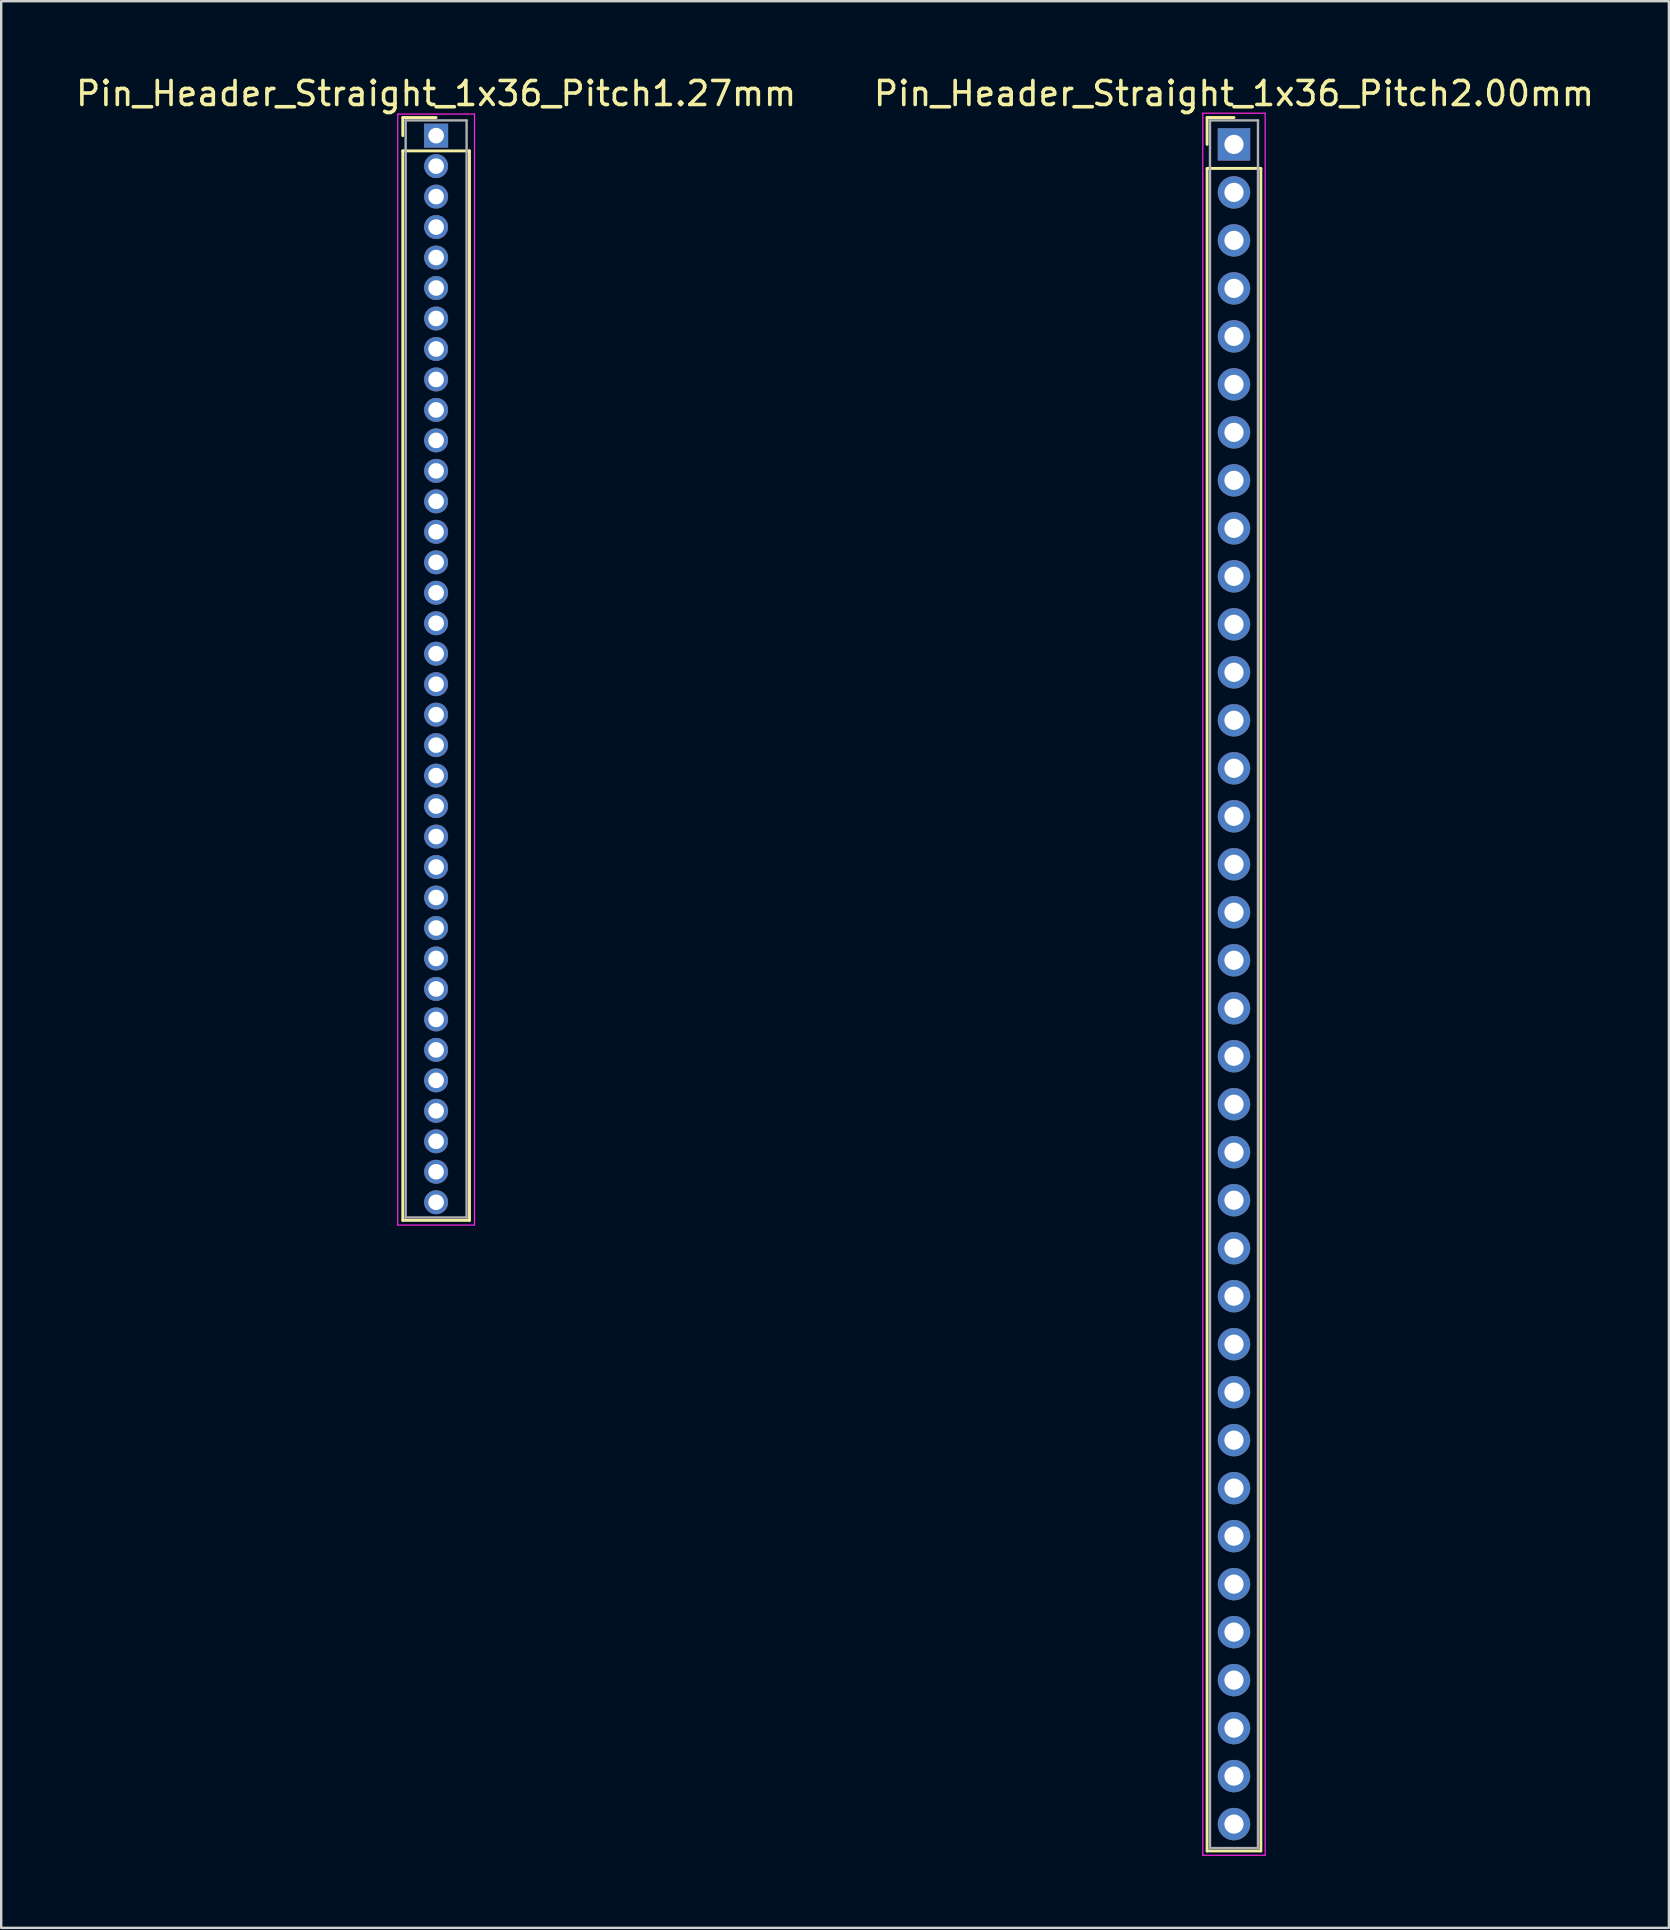
<source format=kicad_pcb>
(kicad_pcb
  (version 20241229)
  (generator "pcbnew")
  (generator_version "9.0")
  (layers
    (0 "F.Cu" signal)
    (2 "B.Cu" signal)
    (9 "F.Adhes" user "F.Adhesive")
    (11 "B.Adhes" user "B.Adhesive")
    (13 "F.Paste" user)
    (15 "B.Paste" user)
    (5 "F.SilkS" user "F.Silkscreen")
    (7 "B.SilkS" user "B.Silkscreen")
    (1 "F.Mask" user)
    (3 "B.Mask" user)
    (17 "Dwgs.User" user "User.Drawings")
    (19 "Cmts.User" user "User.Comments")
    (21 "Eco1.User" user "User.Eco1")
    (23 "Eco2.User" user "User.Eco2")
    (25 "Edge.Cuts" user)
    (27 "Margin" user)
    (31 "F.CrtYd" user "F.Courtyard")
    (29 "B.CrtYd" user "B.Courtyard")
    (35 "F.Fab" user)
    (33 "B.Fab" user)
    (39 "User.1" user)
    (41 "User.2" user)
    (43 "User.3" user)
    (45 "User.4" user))
  (footprint "Pin_Header_Straight_1x36_Pitch2.00mm"
    (layer "F.Cu")
    (at 48.375 2.968)
    (property "Reference" "Pin_Header_Straight_1x36_Pitch2.00mm" (at 0 -2.12 0) (layer "F.SilkS") (effects (font (size 1 1) (thickness 0.15))))
    (attr through_hole)
    (fp_line (start -1.12 -1.12) (end 0 -1.12) (stroke (width 0.12) (type solid)) (layer "F.SilkS"))
    (fp_line (start -1.12 0) (end -1.12 -1.12) (stroke (width 0.12) (type solid)) (layer "F.SilkS"))
    (fp_line (start -1.12 1) (end -1.12 71.12) (stroke (width 0.12) (type solid)) (layer "F.SilkS"))
    (fp_line (start -1.12 71.12) (end 1.12 71.12) (stroke (width 0.12) (type solid)) (layer "F.SilkS"))
    (fp_line (start 1.12 1) (end -1.12 1) (stroke (width 0.12) (type solid)) (layer "F.SilkS"))
    (fp_line (start 1.12 71.12) (end 1.12 1) (stroke (width 0.12) (type solid)) (layer "F.SilkS"))
    (fp_line (start -1.3 -1.3) (end -1.3 71.3) (stroke (width 0.05) (type solid)) (layer "F.CrtYd"))
    (fp_line (start -1.3 71.3) (end 1.3 71.3) (stroke (width 0.05) (type solid)) (layer "F.CrtYd"))
    (fp_line (start 1.3 -1.3) (end -1.3 -1.3) (stroke (width 0.05) (type solid)) (layer "F.CrtYd"))
    (fp_line (start 1.3 71.3) (end 1.3 -1.3) (stroke (width 0.05) (type solid)) (layer "F.CrtYd"))
    (fp_line (start -1 -1) (end -1 71) (stroke (width 0.1) (type solid)) (layer "F.Fab"))
    (fp_line (start -1 71) (end 1 71) (stroke (width 0.1) (type solid)) (layer "F.Fab"))
    (fp_line (start 1 -1) (end -1 -1) (stroke (width 0.1) (type solid)) (layer "F.Fab"))
    (fp_line (start 1 71) (end 1 -1) (stroke (width 0.1) (type solid)) (layer "F.Fab"))
    (pad "1" thru_hole rect (at 0 0) (size 1.35 1.35) (drill 0.8) (layers "*.Cu" "*.Mask"))
    (pad "2" thru_hole oval (at 0 2) (size 1.35 1.35) (drill 0.8) (layers "*.Cu" "*.Mask"))
    (pad "3" thru_hole oval (at 0 4) (size 1.35 1.35) (drill 0.8) (layers "*.Cu" "*.Mask"))
    (pad "4" thru_hole oval (at 0 6) (size 1.35 1.35) (drill 0.8) (layers "*.Cu" "*.Mask"))
    (pad "5" thru_hole oval (at 0 8) (size 1.35 1.35) (drill 0.8) (layers "*.Cu" "*.Mask"))
    (pad "6" thru_hole oval (at 0 10) (size 1.35 1.35) (drill 0.8) (layers "*.Cu" "*.Mask"))
    (pad "7" thru_hole oval (at 0 12) (size 1.35 1.35) (drill 0.8) (layers "*.Cu" "*.Mask"))
    (pad "8" thru_hole oval (at 0 14) (size 1.35 1.35) (drill 0.8) (layers "*.Cu" "*.Mask"))
    (pad "9" thru_hole oval (at 0 16) (size 1.35 1.35) (drill 0.8) (layers "*.Cu" "*.Mask"))
    (pad "10" thru_hole oval (at 0 18) (size 1.35 1.35) (drill 0.8) (layers "*.Cu" "*.Mask"))
    (pad "11" thru_hole oval (at 0 20) (size 1.35 1.35) (drill 0.8) (layers "*.Cu" "*.Mask"))
    (pad "12" thru_hole oval (at 0 22) (size 1.35 1.35) (drill 0.8) (layers "*.Cu" "*.Mask"))
    (pad "13" thru_hole oval (at 0 24) (size 1.35 1.35) (drill 0.8) (layers "*.Cu" "*.Mask"))
    (pad "14" thru_hole oval (at 0 26) (size 1.35 1.35) (drill 0.8) (layers "*.Cu" "*.Mask"))
    (pad "15" thru_hole oval (at 0 28) (size 1.35 1.35) (drill 0.8) (layers "*.Cu" "*.Mask"))
    (pad "16" thru_hole oval (at 0 30) (size 1.35 1.35) (drill 0.8) (layers "*.Cu" "*.Mask"))
    (pad "17" thru_hole oval (at 0 32) (size 1.35 1.35) (drill 0.8) (layers "*.Cu" "*.Mask"))
    (pad "18" thru_hole oval (at 0 34) (size 1.35 1.35) (drill 0.8) (layers "*.Cu" "*.Mask"))
    (pad "19" thru_hole oval (at 0 36) (size 1.35 1.35) (drill 0.8) (layers "*.Cu" "*.Mask"))
    (pad "20" thru_hole oval (at 0 38) (size 1.35 1.35) (drill 0.8) (layers "*.Cu" "*.Mask"))
    (pad "21" thru_hole oval (at 0 40) (size 1.35 1.35) (drill 0.8) (layers "*.Cu" "*.Mask"))
    (pad "22" thru_hole oval (at 0 42) (size 1.35 1.35) (drill 0.8) (layers "*.Cu" "*.Mask"))
    (pad "23" thru_hole oval (at 0 44) (size 1.35 1.35) (drill 0.8) (layers "*.Cu" "*.Mask"))
    (pad "24" thru_hole oval (at 0 46) (size 1.35 1.35) (drill 0.8) (layers "*.Cu" "*.Mask"))
    (pad "25" thru_hole oval (at 0 48) (size 1.35 1.35) (drill 0.8) (layers "*.Cu" "*.Mask"))
    (pad "26" thru_hole oval (at 0 50) (size 1.35 1.35) (drill 0.8) (layers "*.Cu" "*.Mask"))
    (pad "27" thru_hole oval (at 0 52) (size 1.35 1.35) (drill 0.8) (layers "*.Cu" "*.Mask"))
    (pad "28" thru_hole oval (at 0 54) (size 1.35 1.35) (drill 0.8) (layers "*.Cu" "*.Mask"))
    (pad "29" thru_hole oval (at 0 56) (size 1.35 1.35) (drill 0.8) (layers "*.Cu" "*.Mask"))
    (pad "30" thru_hole oval (at 0 58) (size 1.35 1.35) (drill 0.8) (layers "*.Cu" "*.Mask"))
    (pad "31" thru_hole oval (at 0 60) (size 1.35 1.35) (drill 0.8) (layers "*.Cu" "*.Mask"))
    (pad "32" thru_hole oval (at 0 62) (size 1.35 1.35) (drill 0.8) (layers "*.Cu" "*.Mask"))
    (pad "33" thru_hole oval (at 0 64) (size 1.35 1.35) (drill 0.8) (layers "*.Cu" "*.Mask"))
    (pad "34" thru_hole oval (at 0 66) (size 1.35 1.35) (drill 0.8) (layers "*.Cu" "*.Mask"))
    (pad "35" thru_hole oval (at 0 68) (size 1.35 1.35) (drill 0.8) (layers "*.Cu" "*.Mask"))
    (pad "36" thru_hole oval (at 0 70) (size 1.35 1.35) (drill 0.8) (layers "*.Cu" "*.Mask")))
  (footprint "Pin_Header_Straight_1x36_Pitch1.27mm"
    (layer "F.Cu")
    (at 15.125 2.603)
    (property "Reference" "Pin_Header_Straight_1x36_Pitch1.27mm" (at 0 -1.755 0) (layer "F.SilkS") (effects (font (size 1 1) (thickness 0.15))))
    (attr through_hole)
    (fp_line (start -1.39 -0.755) (end 0 -0.755) (stroke (width 0.12) (type solid)) (layer "F.SilkS"))
    (fp_line (start -1.39 0) (end -1.39 -0.755) (stroke (width 0.12) (type solid)) (layer "F.SilkS"))
    (fp_line (start -1.39 0.635) (end -1.39 45.205) (stroke (width 0.12) (type solid)) (layer "F.SilkS"))
    (fp_line (start -1.39 45.205) (end 1.39 45.205) (stroke (width 0.12) (type solid)) (layer "F.SilkS"))
    (fp_line (start 1.39 0.635) (end -1.39 0.635) (stroke (width 0.12) (type solid)) (layer "F.SilkS"))
    (fp_line (start 1.39 45.205) (end 1.39 0.635) (stroke (width 0.12) (type solid)) (layer "F.SilkS"))
    (fp_line (start -1.6 -0.9) (end -1.6 45.4) (stroke (width 0.05) (type solid)) (layer "F.CrtYd"))
    (fp_line (start -1.6 45.4) (end 1.6 45.4) (stroke (width 0.05) (type solid)) (layer "F.CrtYd"))
    (fp_line (start 1.6 -0.9) (end -1.6 -0.9) (stroke (width 0.05) (type solid)) (layer "F.CrtYd"))
    (fp_line (start 1.6 45.4) (end 1.6 -0.9) (stroke (width 0.05) (type solid)) (layer "F.CrtYd"))
    (fp_line (start -1.27 -0.635) (end -1.27 45.085) (stroke (width 0.1) (type solid)) (layer "F.Fab"))
    (fp_line (start -1.27 45.085) (end 1.27 45.085) (stroke (width 0.1) (type solid)) (layer "F.Fab"))
    (fp_line (start 1.27 -0.635) (end -1.27 -0.635) (stroke (width 0.1) (type solid)) (layer "F.Fab"))
    (fp_line (start 1.27 45.085) (end 1.27 -0.635) (stroke (width 0.1) (type solid)) (layer "F.Fab"))
    (pad "1" thru_hole rect (at 0 0) (size 1 1) (drill 0.65) (layers "*.Cu" "*.Mask"))
    (pad "2" thru_hole oval (at 0 1.27) (size 1 1) (drill 0.65) (layers "*.Cu" "*.Mask"))
    (pad "3" thru_hole oval (at 0 2.54) (size 1 1) (drill 0.65) (layers "*.Cu" "*.Mask"))
    (pad "4" thru_hole oval (at 0 3.81) (size 1 1) (drill 0.65) (layers "*.Cu" "*.Mask"))
    (pad "5" thru_hole oval (at 0 5.08) (size 1 1) (drill 0.65) (layers "*.Cu" "*.Mask"))
    (pad "6" thru_hole oval (at 0 6.35) (size 1 1) (drill 0.65) (layers "*.Cu" "*.Mask"))
    (pad "7" thru_hole oval (at 0 7.62) (size 1 1) (drill 0.65) (layers "*.Cu" "*.Mask"))
    (pad "8" thru_hole oval (at 0 8.89) (size 1 1) (drill 0.65) (layers "*.Cu" "*.Mask"))
    (pad "9" thru_hole oval (at 0 10.16) (size 1 1) (drill 0.65) (layers "*.Cu" "*.Mask"))
    (pad "10" thru_hole oval (at 0 11.43) (size 1 1) (drill 0.65) (layers "*.Cu" "*.Mask"))
    (pad "11" thru_hole oval (at 0 12.7) (size 1 1) (drill 0.65) (layers "*.Cu" "*.Mask"))
    (pad "12" thru_hole oval (at 0 13.97) (size 1 1) (drill 0.65) (layers "*.Cu" "*.Mask"))
    (pad "13" thru_hole oval (at 0 15.24) (size 1 1) (drill 0.65) (layers "*.Cu" "*.Mask"))
    (pad "14" thru_hole oval (at 0 16.51) (size 1 1) (drill 0.65) (layers "*.Cu" "*.Mask"))
    (pad "15" thru_hole oval (at 0 17.78) (size 1 1) (drill 0.65) (layers "*.Cu" "*.Mask"))
    (pad "16" thru_hole oval (at 0 19.05) (size 1 1) (drill 0.65) (layers "*.Cu" "*.Mask"))
    (pad "17" thru_hole oval (at 0 20.32) (size 1 1) (drill 0.65) (layers "*.Cu" "*.Mask"))
    (pad "18" thru_hole oval (at 0 21.59) (size 1 1) (drill 0.65) (layers "*.Cu" "*.Mask"))
    (pad "19" thru_hole oval (at 0 22.86) (size 1 1) (drill 0.65) (layers "*.Cu" "*.Mask"))
    (pad "20" thru_hole oval (at 0 24.13) (size 1 1) (drill 0.65) (layers "*.Cu" "*.Mask"))
    (pad "21" thru_hole oval (at 0 25.4) (size 1 1) (drill 0.65) (layers "*.Cu" "*.Mask"))
    (pad "22" thru_hole oval (at 0 26.67) (size 1 1) (drill 0.65) (layers "*.Cu" "*.Mask"))
    (pad "23" thru_hole oval (at 0 27.94) (size 1 1) (drill 0.65) (layers "*.Cu" "*.Mask"))
    (pad "24" thru_hole oval (at 0 29.21) (size 1 1) (drill 0.65) (layers "*.Cu" "*.Mask"))
    (pad "25" thru_hole oval (at 0 30.48) (size 1 1) (drill 0.65) (layers "*.Cu" "*.Mask"))
    (pad "26" thru_hole oval (at 0 31.75) (size 1 1) (drill 0.65) (layers "*.Cu" "*.Mask"))
    (pad "27" thru_hole oval (at 0 33.02) (size 1 1) (drill 0.65) (layers "*.Cu" "*.Mask"))
    (pad "28" thru_hole oval (at 0 34.29) (size 1 1) (drill 0.65) (layers "*.Cu" "*.Mask"))
    (pad "29" thru_hole oval (at 0 35.56) (size 1 1) (drill 0.65) (layers "*.Cu" "*.Mask"))
    (pad "30" thru_hole oval (at 0 36.83) (size 1 1) (drill 0.65) (layers "*.Cu" "*.Mask"))
    (pad "31" thru_hole oval (at 0 38.1) (size 1 1) (drill 0.65) (layers "*.Cu" "*.Mask"))
    (pad "32" thru_hole oval (at 0 39.37) (size 1 1) (drill 0.65) (layers "*.Cu" "*.Mask"))
    (pad "33" thru_hole oval (at 0 40.64) (size 1 1) (drill 0.65) (layers "*.Cu" "*.Mask"))
    (pad "34" thru_hole oval (at 0 41.91) (size 1 1) (drill 0.65) (layers "*.Cu" "*.Mask"))
    (pad "35" thru_hole oval (at 0 43.18) (size 1 1) (drill 0.65) (layers "*.Cu" "*.Mask"))
    (pad "36" thru_hole oval (at 0 44.45) (size 1 1) (drill 0.65) (layers "*.Cu" "*.Mask")))
  (gr_rect
    (start -3 -3)
    (end 66.5 77.293)
    (stroke (width 0.1) (type default))
    (fill no)
    (layer "Edge.Cuts")))
</source>
